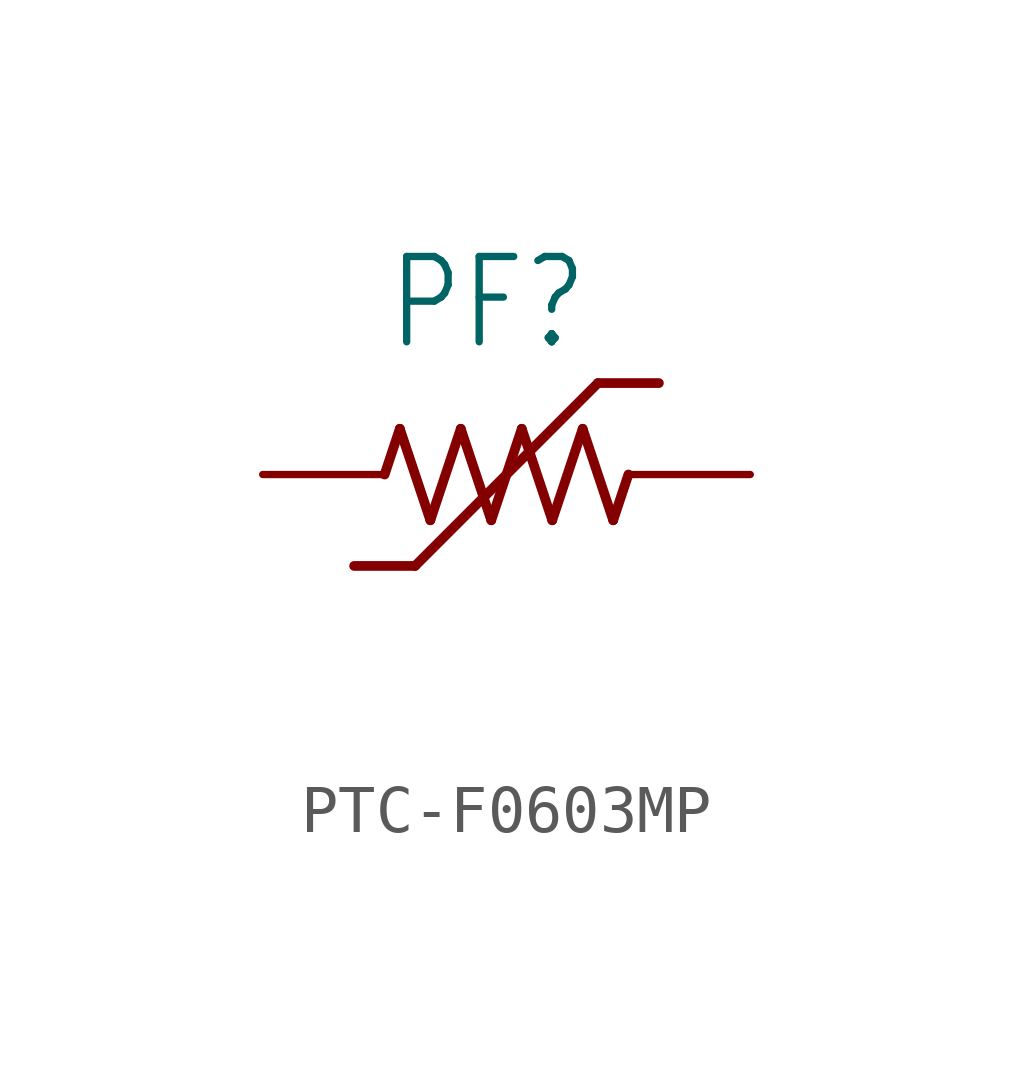
<source format=kicad_sym>
(kicad_symbol_lib
  (version 20231120)
  (generator "kicad_symbol_editor")
  (generator_version "8.0")
  (symbol "PTC-F0603MP"
    (property "Reference" "PF"
      (at -2.54 2.54 0)
      (effects (font (size 1.778 1.511)) (justify left bottom)))
    (property "Value" ""
      (at -5.08 -5.08 0)
      (effects (font (size 1.778 1.511)) (justify left bottom)))
    (property "ki_locked" ""
      (at 0 0 0)
      (effects (font (size 1.27 1.27))))
    (symbol "PTC-F0603MP_1_0"
      (polyline (pts (xy -2.54 0) (xy -2.223 0.953)) (stroke (width 0.203) (type solid)) (fill (type none)))
      (polyline (pts (xy -2.223 0.953) (xy -1.587 -0.953)) (stroke (width 0.203) (type solid)) (fill (type none)))
      (polyline (pts (xy -1.905 -1.905) (xy -3.175 -1.905)) (stroke (width 0.203) (type solid)) (fill (type none)))
      (polyline (pts (xy -1.587 -0.953) (xy -0.953 0.953)) (stroke (width 0.203) (type solid)) (fill (type none)))
      (polyline (pts (xy -0.953 0.953) (xy -0.318 -0.953)) (stroke (width 0.203) (type solid)) (fill (type none)))
      (polyline (pts (xy -0.318 -0.953) (xy 0.318 0.953)) (stroke (width 0.203) (type solid)) (fill (type none)))
      (polyline (pts (xy 0.318 0.953) (xy 0.953 -0.953)) (stroke (width 0.203) (type solid)) (fill (type none)))
      (polyline (pts (xy 0.953 -0.953) (xy 1.587 0.953)) (stroke (width 0.203) (type solid)) (fill (type none)))
      (polyline (pts (xy 1.587 0.953) (xy 2.223 -0.953)) (stroke (width 0.203) (type solid)) (fill (type none)))
      (polyline (pts (xy 1.905 1.905) (xy -1.905 -1.905)) (stroke (width 0.203) (type solid)) (fill (type none)))
      (polyline (pts (xy 2.223 -0.953) (xy 2.54 0)) (stroke (width 0.203) (type solid)) (fill (type none)))
      (polyline (pts (xy 3.175 1.905) (xy 1.905 1.905)) (stroke (width 0.203) (type solid)) (fill (type none)))
      (pin passive line (at -5.08 0 0) (length 2.54) (name "1" (effects (font (size 0 0)))) (number "1" (effects (font (size 0 0)))))
      (pin passive line (at 5.08 0 180) (length 2.54) (name "2" (effects (font (size 0 0)))) (number "2" (effects (font (size 0 0))))))))
</source>
